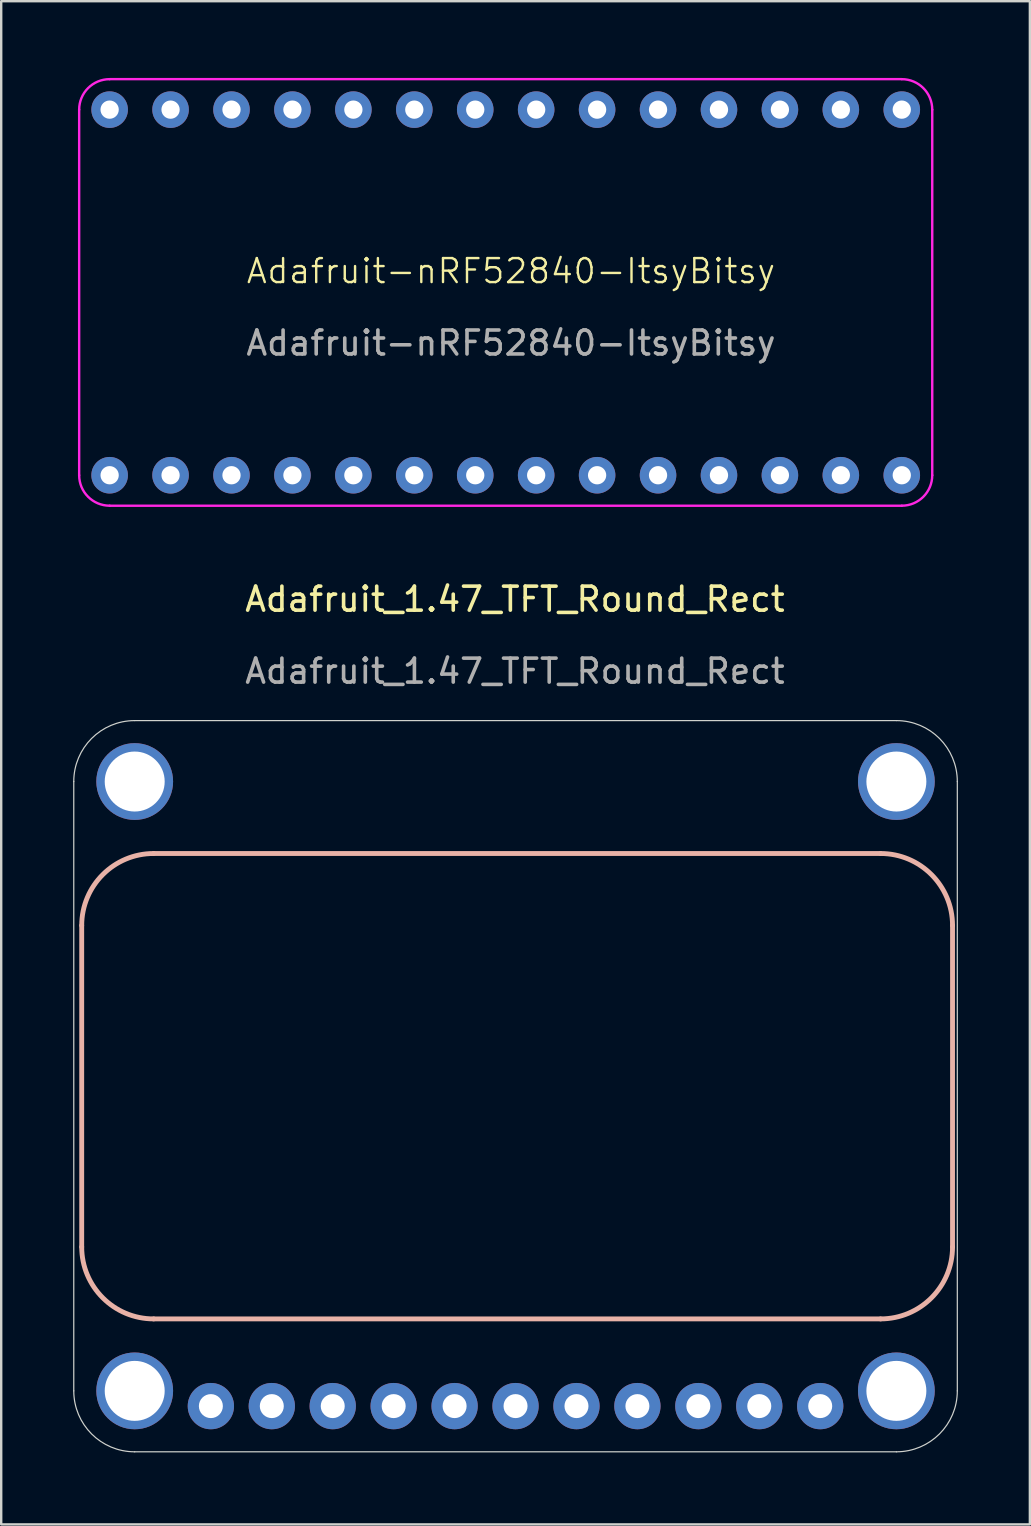
<source format=kicad_pcb>
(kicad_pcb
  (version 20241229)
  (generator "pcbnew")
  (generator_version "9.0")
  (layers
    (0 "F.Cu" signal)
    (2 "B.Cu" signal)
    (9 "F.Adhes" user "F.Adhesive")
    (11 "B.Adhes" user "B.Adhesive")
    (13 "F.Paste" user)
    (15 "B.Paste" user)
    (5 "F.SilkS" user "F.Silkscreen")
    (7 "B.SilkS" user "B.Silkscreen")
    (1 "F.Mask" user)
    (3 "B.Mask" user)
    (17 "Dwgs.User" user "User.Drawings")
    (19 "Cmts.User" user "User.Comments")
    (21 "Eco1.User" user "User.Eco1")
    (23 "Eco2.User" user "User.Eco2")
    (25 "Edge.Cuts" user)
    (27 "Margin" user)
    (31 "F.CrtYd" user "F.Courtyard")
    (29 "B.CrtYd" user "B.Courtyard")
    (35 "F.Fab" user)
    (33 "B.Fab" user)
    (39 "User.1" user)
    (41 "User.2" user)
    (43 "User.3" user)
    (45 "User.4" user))
  (footprint "Adafruit-nRF52840-ItsyBitsy"
    (layer "F.Cu")
    (at 0.25 0.25)
    (property "Reference" "Adafruit-nRF52840-ItsyBitsy" (at 18 8 0) (unlocked yes) (layer "F.SilkS") (effects (font (size 1 1) (thickness 0.1))))
    (attr through_hole)
    (fp_line (start 0 16.51) (end 0 1.27) (stroke (width 0.1) (type default)) (layer "F.CrtYd"))
    (fp_line (start 1.27 0) (end 34.29 0) (stroke (width 0.1) (type default)) (layer "F.CrtYd"))
    (fp_line (start 34.29 17.78) (end 1.27 17.78) (stroke (width 0.1) (type default)) (layer "F.CrtYd"))
    (fp_line (start 35.56 1.27) (end 35.56 16.51) (stroke (width 0.1) (type default)) (layer "F.CrtYd"))
    (fp_arc (start 0 1.27) (mid 0.371974 0.371974) (end 1.27 0) (stroke (width 0.1) (type default)) (layer "F.CrtYd"))
    (fp_arc (start 1.27 17.78) (mid 0.371974 17.408026) (end 0 16.51) (stroke (width 0.1) (type default)) (layer "F.CrtYd"))
    (fp_arc (start 34.29 0) (mid 35.188026 0.371974) (end 35.56 1.27) (stroke (width 0.1) (type default)) (layer "F.CrtYd"))
    (fp_arc (start 35.56 16.51) (mid 35.188026 17.408026) (end 34.29 17.78) (stroke (width 0.1) (type default)) (layer "F.CrtYd"))
    (fp_text user "${REFERENCE}" (at 18 11 0) (unlocked yes) (layer "F.Fab") (effects (font (size 1 1) (thickness 0.15))))
    (pad "1" thru_hole circle (at 1.27 1.27) (size 1.524 1.524) (drill 0.762) (layers "*.Cu" "*.Mask"))
    (pad "2" thru_hole circle (at 3.81 1.27) (size 1.524 1.524) (drill 0.762) (layers "*.Cu" "*.Mask"))
    (pad "3" thru_hole circle (at 6.35 1.27) (size 1.524 1.524) (drill 0.762) (layers "*.Cu" "*.Mask"))
    (pad "4" thru_hole circle (at 8.89 1.27) (size 1.524 1.524) (drill 0.762) (layers "*.Cu" "*.Mask"))
    (pad "5" thru_hole circle (at 11.43 1.27) (size 1.524 1.524) (drill 0.762) (layers "*.Cu" "*.Mask"))
    (pad "6" thru_hole circle (at 13.97 1.27) (size 1.524 1.524) (drill 0.762) (layers "*.Cu" "*.Mask"))
    (pad "7" thru_hole circle (at 16.51 1.27) (size 1.524 1.524) (drill 0.762) (layers "*.Cu" "*.Mask"))
    (pad "8" thru_hole circle (at 19.05 1.27) (size 1.524 1.524) (drill 0.762) (layers "*.Cu" "*.Mask"))
    (pad "9" thru_hole circle (at 21.59 1.27) (size 1.524 1.524) (drill 0.762) (layers "*.Cu" "*.Mask"))
    (pad "10" thru_hole circle (at 24.13 1.27) (size 1.524 1.524) (drill 0.762) (layers "*.Cu" "*.Mask"))
    (pad "11" thru_hole circle (at 26.67 1.27) (size 1.524 1.524) (drill 0.762) (layers "*.Cu" "*.Mask"))
    (pad "12" thru_hole circle (at 29.21 1.27) (size 1.524 1.524) (drill 0.762) (layers "*.Cu" "*.Mask"))
    (pad "13" thru_hole circle (at 31.75 1.27) (size 1.524 1.524) (drill 0.762) (layers "*.Cu" "*.Mask"))
    (pad "14" thru_hole circle (at 34.29 1.27) (size 1.524 1.524) (drill 0.762) (layers "*.Cu" "*.Mask"))
    (pad "15" thru_hole circle (at 1.27 16.51) (size 1.524 1.524) (drill 0.762) (layers "*.Cu" "*.Mask"))
    (pad "16" thru_hole circle (at 3.81 16.51) (size 1.524 1.524) (drill 0.762) (layers "*.Cu" "*.Mask"))
    (pad "17" thru_hole circle (at 6.35 16.51) (size 1.524 1.524) (drill 0.762) (layers "*.Cu" "*.Mask"))
    (pad "18" thru_hole circle (at 8.89 16.51) (size 1.524 1.524) (drill 0.762) (layers "*.Cu" "*.Mask"))
    (pad "19" thru_hole circle (at 11.43 16.51) (size 1.524 1.524) (drill 0.762) (layers "*.Cu" "*.Mask"))
    (pad "20" thru_hole circle (at 13.97 16.51) (size 1.524 1.524) (drill 0.762) (layers "*.Cu" "*.Mask"))
    (pad "21" thru_hole circle (at 16.51 16.51) (size 1.524 1.524) (drill 0.762) (layers "*.Cu" "*.Mask"))
    (pad "22" thru_hole circle (at 19.05 16.51) (size 1.524 1.524) (drill 0.762) (layers "*.Cu" "*.Mask"))
    (pad "23" thru_hole circle (at 21.59 16.51) (size 1.524 1.524) (drill 0.762) (layers "*.Cu" "*.Mask"))
    (pad "24" thru_hole circle (at 24.13 16.51) (size 1.524 1.524) (drill 0.762) (layers "*.Cu" "*.Mask"))
    (pad "25" thru_hole circle (at 26.67 16.51) (size 1.524 1.524) (drill 0.762) (layers "*.Cu" "*.Mask"))
    (pad "26" thru_hole circle (at 29.21 16.51) (size 1.524 1.524) (drill 0.762) (layers "*.Cu" "*.Mask"))
    (pad "27" thru_hole circle (at 31.75 16.51) (size 1.524 1.524) (drill 0.762) (layers "*.Cu" "*.Mask"))
    (pad "28" thru_hole circle (at 34.29 16.51) (size 1.524 1.524) (drill 0.762) (layers "*.Cu" "*.Mask")))
  (footprint "Adafruit_1.47_TFT_Round_Rect"
    (layer "F.Cu")
    (at 18.415 22.428)
    (property "Reference" "Adafruit_1.47_TFT_Round_Rect" (at 0 -0.5 0) (unlocked yes) (layer "F.SilkS") (effects (font (size 1 1) (thickness 0.15))))
    (attr through_hole)
    (fp_line (start -18.059 13.1) (end -18.059 26.5) (stroke (width 0.203) (type solid)) (layer "B.SilkS"))
    (fp_line (start -15.059 29.5) (end 15.241 29.5) (stroke (width 0.203) (type solid)) (layer "B.SilkS"))
    (fp_line (start 15.241 10.1) (end -15.059 10.1) (stroke (width 0.203) (type solid)) (layer "B.SilkS"))
    (fp_line (start 18.241 26.5) (end 18.241 13.1) (stroke (width 0.203) (type solid)) (layer "B.SilkS"))
    (fp_arc (start -18.059 13.1) (mid -17.18032 10.97868) (end -15.059 10.1) (stroke (width 0.2032) (type solid)) (layer "B.SilkS"))
    (fp_arc (start -15.059 29.5) (mid -17.18032 28.62132) (end -18.059 26.5) (stroke (width 0.2032) (type solid)) (layer "B.SilkS"))
    (fp_arc (start 15.241 10.1) (mid 17.36232 10.97868) (end 18.241 13.1) (stroke (width 0.2032) (type solid)) (layer "B.SilkS"))
    (fp_arc (start 18.241 26.5) (mid 17.36232 28.62132) (end 15.241 29.5) (stroke (width 0.2032) (type solid)) (layer "B.SilkS"))
    (fp_line (start -18.39 7.1) (end -18.39 32.5) (stroke (width 0.05) (type solid)) (layer "Edge.Cuts"))
    (fp_line (start -15.85 35.04) (end 15.9 35.04) (stroke (width 0.05) (type solid)) (layer "Edge.Cuts"))
    (fp_line (start 15.9 4.56) (end -15.85 4.56) (stroke (width 0.05) (type solid)) (layer "Edge.Cuts"))
    (fp_line (start 18.44 32.5) (end 18.44 7.1) (stroke (width 0.05) (type solid)) (layer "Edge.Cuts"))
    (fp_arc (start -18.39 7.1) (mid -17.646051 5.303949) (end -15.85 4.56) (stroke (width 0.05) (type solid)) (layer "Edge.Cuts"))
    (fp_arc (start -15.85 35.04) (mid -17.646051 34.296051) (end -18.39 32.5) (stroke (width 0.05) (type solid)) (layer "Edge.Cuts"))
    (fp_arc (start 15.9 4.56) (mid 17.696051 5.303949) (end 18.44 7.1) (stroke (width 0.05) (type solid)) (layer "Edge.Cuts"))
    (fp_arc (start 18.44 32.5) (mid 17.696051 34.296051) (end 15.9 35.04) (stroke (width 0.05) (type solid)) (layer "Edge.Cuts"))
    (fp_text user "${REFERENCE}" (at 0 2.5 0) (unlocked yes) (layer "F.Fab") (effects (font (size 1 1) (thickness 0.15))))
    (pad "1" thru_hole circle (at 12.725 33.135 270) (size 1.93 1.93) (drill 1) (layers "*.Cu" "*.Mask"))
    (pad "2" thru_hole circle (at 10.185 33.135 270) (size 1.93 1.93) (drill 1) (layers "*.Cu" "*.Mask"))
    (pad "3" thru_hole circle (at 7.645 33.135 270) (size 1.93 1.93) (drill 1) (layers "*.Cu" "*.Mask"))
    (pad "4" thru_hole circle (at 5.105 33.135 270) (size 1.93 1.93) (drill 1) (layers "*.Cu" "*.Mask"))
    (pad "5" thru_hole circle (at 2.565 33.135 270) (size 1.93 1.93) (drill 1) (layers "*.Cu" "*.Mask"))
    (pad "6" thru_hole circle (at 0.025 33.135 270) (size 1.93 1.93) (drill 1) (layers "*.Cu" "*.Mask"))
    (pad "7" thru_hole circle (at -2.515 33.135 270) (size 1.93 1.93) (drill 1) (layers "*.Cu" "*.Mask"))
    (pad "8" thru_hole circle (at -5.055 33.135 270) (size 1.93 1.93) (drill 1) (layers "*.Cu" "*.Mask"))
    (pad "9" thru_hole circle (at -7.595 33.135 270) (size 1.93 1.93) (drill 1) (layers "*.Cu" "*.Mask"))
    (pad "10" thru_hole circle (at -10.135 33.135 270) (size 1.93 1.93) (drill 1) (layers "*.Cu" "*.Mask"))
    (pad "11" thru_hole circle (at -12.675 33.135 270) (size 1.93 1.93) (drill 1) (layers "*.Cu" "*.Mask"))
    (pad "P$1" thru_hole circle (at -15.85 7.1 270) (size 3.2 3.2) (drill 2.5) (layers "*.Cu" "*.Mask"))
    (pad "P$1" thru_hole circle (at -15.85 32.5 270) (size 3.2 3.2) (drill 2.5) (layers "*.Cu" "*.Mask"))
    (pad "P$1" thru_hole circle (at 15.9 7.1 270) (size 3.2 3.2) (drill 2.5) (layers "*.Cu" "*.Mask"))
    (pad "P$1" thru_hole circle (at 15.9 32.5 270) (size 3.2 3.2) (drill 2.5) (layers "*.Cu" "*.Mask")))
  (gr_rect
    (start -3 -3)
    (end 39.88 60.493)
    (stroke (width 0.1) (type default))
    (fill no)
    (layer "Edge.Cuts")))
</source>
